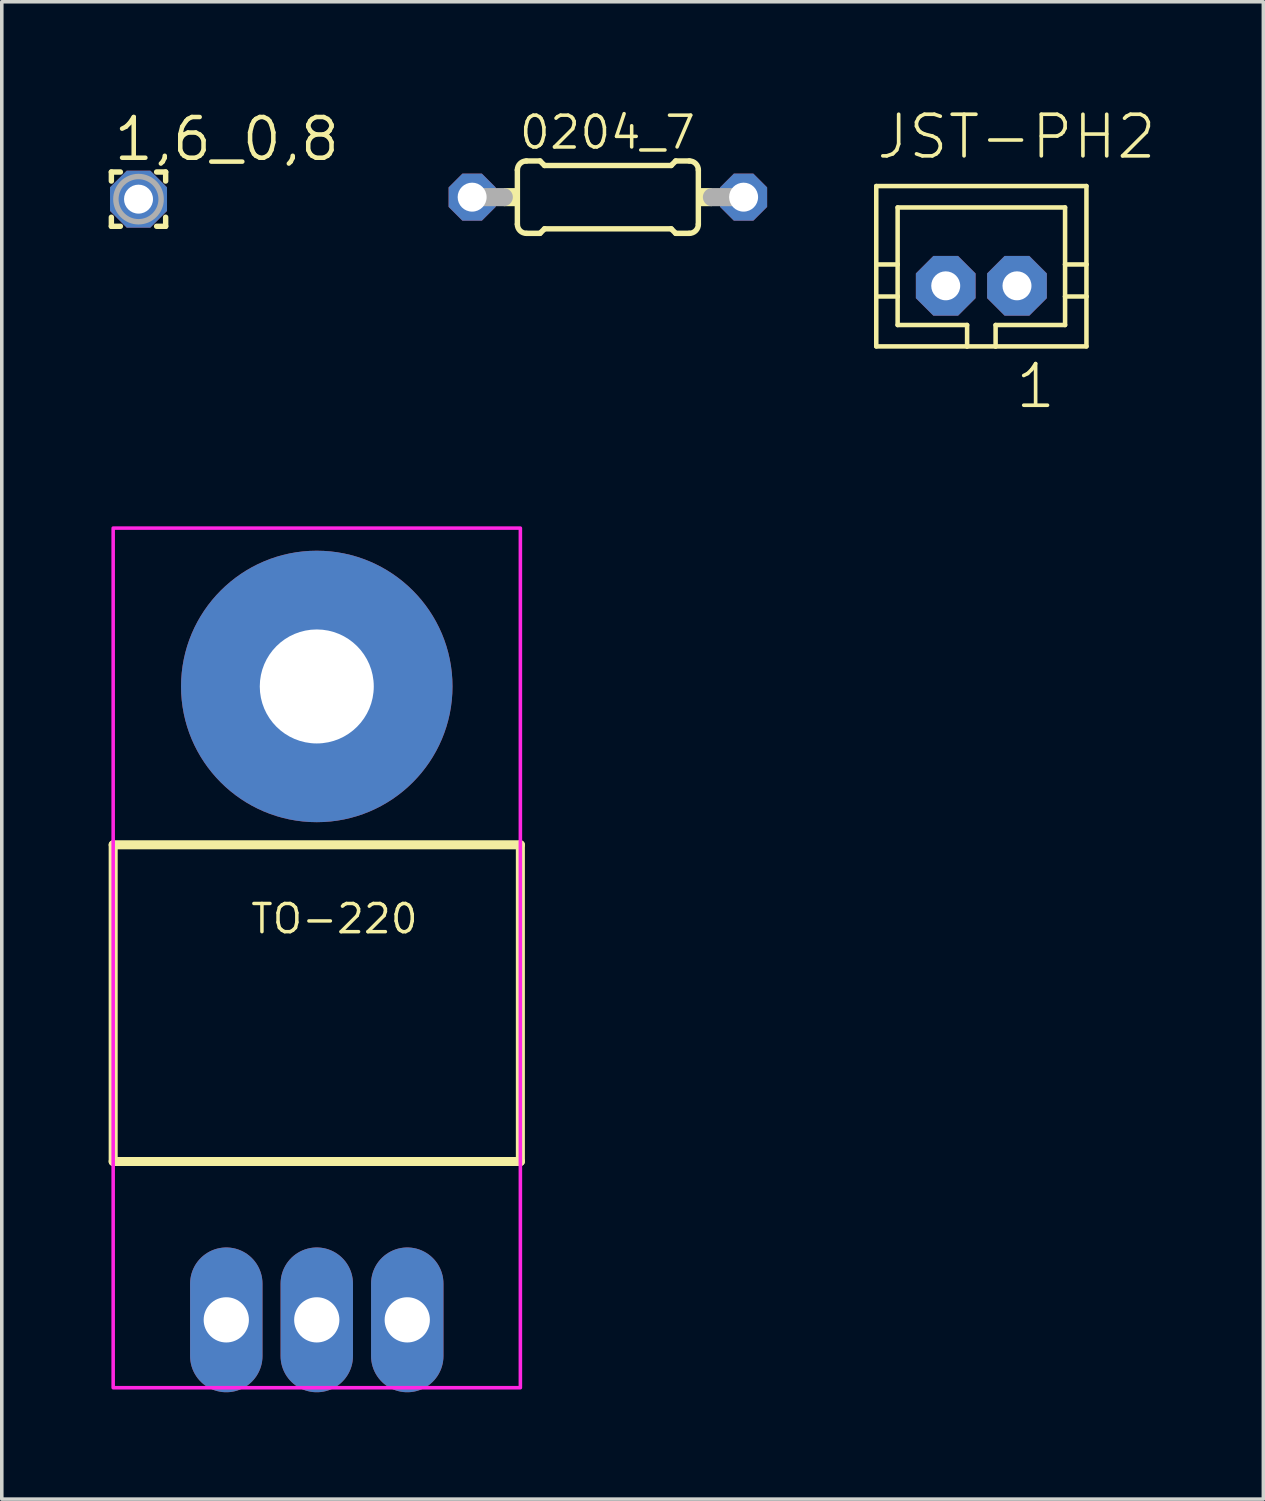
<source format=kicad_pcb>
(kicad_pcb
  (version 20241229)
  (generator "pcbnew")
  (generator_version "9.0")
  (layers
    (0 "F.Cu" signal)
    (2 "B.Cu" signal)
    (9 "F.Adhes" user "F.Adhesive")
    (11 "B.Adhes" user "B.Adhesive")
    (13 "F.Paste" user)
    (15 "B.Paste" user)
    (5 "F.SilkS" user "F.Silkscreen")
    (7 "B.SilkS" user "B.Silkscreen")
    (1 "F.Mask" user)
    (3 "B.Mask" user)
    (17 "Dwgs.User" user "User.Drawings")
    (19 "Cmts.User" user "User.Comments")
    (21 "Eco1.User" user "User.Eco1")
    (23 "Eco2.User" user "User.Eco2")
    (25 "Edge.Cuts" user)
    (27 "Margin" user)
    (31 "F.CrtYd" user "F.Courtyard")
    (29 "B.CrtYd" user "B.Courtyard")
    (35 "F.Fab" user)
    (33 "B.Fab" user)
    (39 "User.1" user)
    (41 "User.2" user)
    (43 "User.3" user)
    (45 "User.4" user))
  (footprint "0204_7"
    (layer "F.Cu")
    (at 14.013 2.484)
    (property "Reference" "0204_7" (at -2.54 -1.295 0) (layer "F.SilkS") (effects (font (size 0.892 0.892) (thickness 0.099)) (justify left bottom)))
    (fp_line (start -2.54 0.762) (end -2.54 -0.762) (stroke (width 0.152) (type solid)) (layer "F.SilkS"))
    (fp_line (start -2.286 -1.016) (end -1.905 -1.016) (stroke (width 0.152) (type solid)) (layer "F.SilkS"))
    (fp_line (start -2.286 1.016) (end -1.905 1.016) (stroke (width 0.152) (type solid)) (layer "F.SilkS"))
    (fp_line (start -1.778 -0.889) (end -1.905 -1.016) (stroke (width 0.152) (type solid)) (layer "F.SilkS"))
    (fp_line (start -1.778 0.889) (end -1.905 1.016) (stroke (width 0.152) (type solid)) (layer "F.SilkS"))
    (fp_line (start 1.778 -0.889) (end -1.778 -0.889) (stroke (width 0.152) (type solid)) (layer "F.SilkS"))
    (fp_line (start 1.778 -0.889) (end 1.905 -1.016) (stroke (width 0.152) (type solid)) (layer "F.SilkS"))
    (fp_line (start 1.778 0.889) (end -1.778 0.889) (stroke (width 0.152) (type solid)) (layer "F.SilkS"))
    (fp_line (start 1.778 0.889) (end 1.905 1.016) (stroke (width 0.152) (type solid)) (layer "F.SilkS"))
    (fp_line (start 2.286 -1.016) (end 1.905 -1.016) (stroke (width 0.152) (type solid)) (layer "F.SilkS"))
    (fp_line (start 2.286 1.016) (end 1.905 1.016) (stroke (width 0.152) (type solid)) (layer "F.SilkS"))
    (fp_line (start 2.54 0.762) (end 2.54 -0.762) (stroke (width 0.152) (type solid)) (layer "F.SilkS"))
    (fp_arc (start -2.54 -0.762) (mid -2.465605 -0.941605) (end -2.286 -1.016) (stroke (width 0.1524) (type solid)) (layer "F.SilkS"))
    (fp_arc (start -2.286 1.016) (mid -2.465605 0.941605) (end -2.54 0.762) (stroke (width 0.1524) (type solid)) (layer "F.SilkS"))
    (fp_arc (start 2.286 -1.016) (mid 2.465605 -0.941605) (end 2.54 -0.762) (stroke (width 0.1524) (type solid)) (layer "F.SilkS"))
    (fp_arc (start 2.54 0.762) (mid 2.465605 0.941605) (end 2.286 1.016) (stroke (width 0.1524) (type solid)) (layer "F.SilkS"))
    (fp_poly (pts (xy -2.921 0.254) (xy -2.54 0.254) (xy -2.54 -0.254) (xy -2.921 -0.254)) (stroke (width 0) (type solid)) (fill yes) (layer "F.SilkS"))
    (fp_poly (pts (xy 2.54 0.254) (xy 2.921 0.254) (xy 2.921 -0.254) (xy 2.54 -0.254)) (stroke (width 0) (type solid)) (fill yes) (layer "F.SilkS"))
    (fp_line (start -3.81 0) (end -2.921 0) (stroke (width 0.508) (type solid)) (layer "F.Fab"))
    (fp_line (start 3.81 0) (end 2.921 0) (stroke (width 0.508) (type solid)) (layer "F.Fab"))
    (pad "1" thru_hole roundrect (at -3.81 0) (size 1.321 1.321) (drill 0.813) (layers "*.Cu" "*.Mask") (roundrect_rratio 0.25) (chamfer_ratio 0.293) (chamfer top_left top_right bottom_left bottom_right))
    (pad "2" thru_hole roundrect (at 3.81 0) (size 1.321 1.321) (drill 0.813) (layers "*.Cu" "*.Mask") (roundrect_rratio 0.25) (chamfer_ratio 0.293) (chamfer top_left top_right bottom_left bottom_right)))
  (footprint "TO-220"
    (layer "F.Cu")
    (at 5.842 22.569)
    (property "Reference" "TO-220" (at -1.905 0.635 0) (layer "F.SilkS") (effects (font (size 0.791 0.791) (thickness 0.098)) (justify left bottom)))
    (fp_line (start -5.715 -1.905) (end 5.715 -1.905) (stroke (width 0.254) (type solid)) (layer "F.SilkS"))
    (fp_line (start -5.715 6.985) (end -5.715 -1.905) (stroke (width 0.254) (type solid)) (layer "F.SilkS"))
    (fp_line (start 5.715 -1.905) (end 5.715 6.985) (stroke (width 0.254) (type solid)) (layer "F.SilkS"))
    (fp_line (start 5.715 6.985) (end -5.715 6.985) (stroke (width 0.254) (type solid)) (layer "F.SilkS"))
    (fp_poly (pts (xy -5.715 13.335) (xy 5.715 13.335) (xy 5.715 -10.795) (xy -5.715 -10.795)) (stroke (width 0.1) (type solid)) (fill no) (layer "F.CrtYd"))
    (pad "1" thru_hole oval (at -2.54 11.43 90) (size 4.064 2.032) (drill 1.27) (layers "*.Cu" "*.Mask"))
    (pad "2" thru_hole oval (at 0 11.43 90) (size 4.064 2.032) (drill 1.27) (layers "*.Cu" "*.Mask"))
    (pad "3" thru_hole oval (at 2.54 11.43 90) (size 4.064 2.032) (drill 1.27) (layers "*.Cu" "*.Mask"))
    (pad "HEAT" thru_hole circle (at 0 -6.35) (size 7.62 7.62) (drill 3.2) (layers "*.Cu" "*.Mask")))
  (footprint "1,6_0,8"
    (layer "F.Cu")
    (at 0.838 2.54)
    (property "Reference" "1,6_0,8" (at -0.762 -1.016 0) (layer "F.SilkS") (effects (font (size 1.143 1.143) (thickness 0.127)) (justify left bottom)))
    (fp_line (start -0.762 -0.762) (end -0.762 -0.508) (stroke (width 0.152) (type solid)) (layer "F.SilkS"))
    (fp_line (start -0.762 -0.762) (end -0.508 -0.762) (stroke (width 0.152) (type solid)) (layer "F.SilkS"))
    (fp_line (start -0.762 0.762) (end -0.762 0.508) (stroke (width 0.152) (type solid)) (layer "F.SilkS"))
    (fp_line (start -0.508 0.762) (end -0.762 0.762) (stroke (width 0.152) (type solid)) (layer "F.SilkS"))
    (fp_line (start 0.762 -0.762) (end 0.508 -0.762) (stroke (width 0.152) (type solid)) (layer "F.SilkS"))
    (fp_line (start 0.762 -0.762) (end 0.762 -0.508) (stroke (width 0.152) (type solid)) (layer "F.SilkS"))
    (fp_line (start 0.762 0.508) (end 0.762 0.762) (stroke (width 0.152) (type solid)) (layer "F.SilkS"))
    (fp_line (start 0.762 0.762) (end 0.508 0.762) (stroke (width 0.152) (type solid)) (layer "F.SilkS"))
    (fp_circle (center 0 0) (end 0.635 0) (stroke (width 0.152) (type solid)) (fill no) (layer "F.Fab"))
    (pad "1" thru_hole roundrect (at 0 0) (size 1.6 1.6) (drill 0.813) (layers "*.Cu" "*.Mask") (roundrect_rratio 0.25) (chamfer_ratio 0.293) (chamfer top_left top_right bottom_left bottom_right)))
  (footprint "JST-PH2"
    (layer "F.Cu")
    (at 24.497 4.973)
    (property "Reference" "JST-PH2" (at -3 -3.5 0) (layer "F.SilkS") (effects (font (size 1.168 1.168) (thickness 0.102)) (justify left bottom)))
    (fp_line (start -2.95 -2.8) (end -2.95 -0.6) (stroke (width 0.127) (type solid)) (layer "F.SilkS"))
    (fp_line (start -2.95 -2.8) (end 2.95 -2.8) (stroke (width 0.127) (type solid)) (layer "F.SilkS"))
    (fp_line (start -2.95 -0.6) (end -2.95 0.3) (stroke (width 0.127) (type solid)) (layer "F.SilkS"))
    (fp_line (start -2.95 -0.6) (end -2.35 -0.6) (stroke (width 0.127) (type solid)) (layer "F.SilkS"))
    (fp_line (start -2.95 0.3) (end -2.95 1.7) (stroke (width 0.127) (type solid)) (layer "F.SilkS"))
    (fp_line (start -2.95 0.3) (end -2.35 0.3) (stroke (width 0.127) (type solid)) (layer "F.SilkS"))
    (fp_line (start -2.95 1.7) (end -0.4 1.7) (stroke (width 0.127) (type solid)) (layer "F.SilkS"))
    (fp_line (start -2.35 -2.2) (end -2.35 -0.6) (stroke (width 0.127) (type solid)) (layer "F.SilkS"))
    (fp_line (start -2.35 -2.2) (end 2.35 -2.2) (stroke (width 0.127) (type solid)) (layer "F.SilkS"))
    (fp_line (start -2.35 -0.6) (end -2.35 0.3) (stroke (width 0.127) (type solid)) (layer "F.SilkS"))
    (fp_line (start -2.35 0.3) (end -2.35 1.1) (stroke (width 0.127) (type solid)) (layer "F.SilkS"))
    (fp_line (start -2.35 1.1) (end -0.4 1.1) (stroke (width 0.127) (type solid)) (layer "F.SilkS"))
    (fp_line (start -0.4 1.1) (end -0.4 1.7) (stroke (width 0.127) (type solid)) (layer "F.SilkS"))
    (fp_line (start -0.4 1.7) (end 0.4 1.7) (stroke (width 0.127) (type solid)) (layer "F.SilkS"))
    (fp_line (start 0.4 1.1) (end 0.4 1.7) (stroke (width 0.127) (type solid)) (layer "F.SilkS"))
    (fp_line (start 0.4 1.1) (end 2.35 1.1) (stroke (width 0.127) (type solid)) (layer "F.SilkS"))
    (fp_line (start 0.4 1.7) (end 2.95 1.7) (stroke (width 0.127) (type solid)) (layer "F.SilkS"))
    (fp_line (start 2.35 -2.2) (end 2.35 -0.6) (stroke (width 0.127) (type solid)) (layer "F.SilkS"))
    (fp_line (start 2.35 -0.6) (end 2.35 0.3) (stroke (width 0.127) (type solid)) (layer "F.SilkS"))
    (fp_line (start 2.35 -0.6) (end 2.95 -0.6) (stroke (width 0.127) (type solid)) (layer "F.SilkS"))
    (fp_line (start 2.35 0.3) (end 2.35 1.1) (stroke (width 0.127) (type solid)) (layer "F.SilkS"))
    (fp_line (start 2.35 0.3) (end 2.95 0.3) (stroke (width 0.127) (type solid)) (layer "F.SilkS"))
    (fp_line (start 2.95 -2.8) (end 2.95 -0.6) (stroke (width 0.127) (type solid)) (layer "F.SilkS"))
    (fp_line (start 2.95 -0.6) (end 2.95 0.3) (stroke (width 0.127) (type solid)) (layer "F.SilkS"))
    (fp_line (start 2.95 0.3) (end 2.95 1.7) (stroke (width 0.127) (type solid)) (layer "F.SilkS"))
    (fp_text user "1" (at 0.9 3.5 0) (layer "F.SilkS") (effects (font (size 1.168 1.168) (thickness 0.102)) (justify left bottom)))
    (pad "1" thru_hole roundrect (at 1 0) (size 1.676 1.676) (drill 0.813) (layers "*.Cu" "*.Mask") (roundrect_rratio 0.25) (chamfer_ratio 0.293) (chamfer top_left top_right bottom_left bottom_right))
    (pad "2" thru_hole roundrect (at -1 0) (size 1.676 1.676) (drill 0.813) (layers "*.Cu" "*.Mask") (roundrect_rratio 0.25) (chamfer_ratio 0.293) (chamfer top_left top_right bottom_left bottom_right)))
  (gr_rect
    (start -3 -3)
    (end 32.413 39.031)
    (stroke (width 0.1) (type default))
    (fill no)
    (layer "Edge.Cuts")))
</source>
